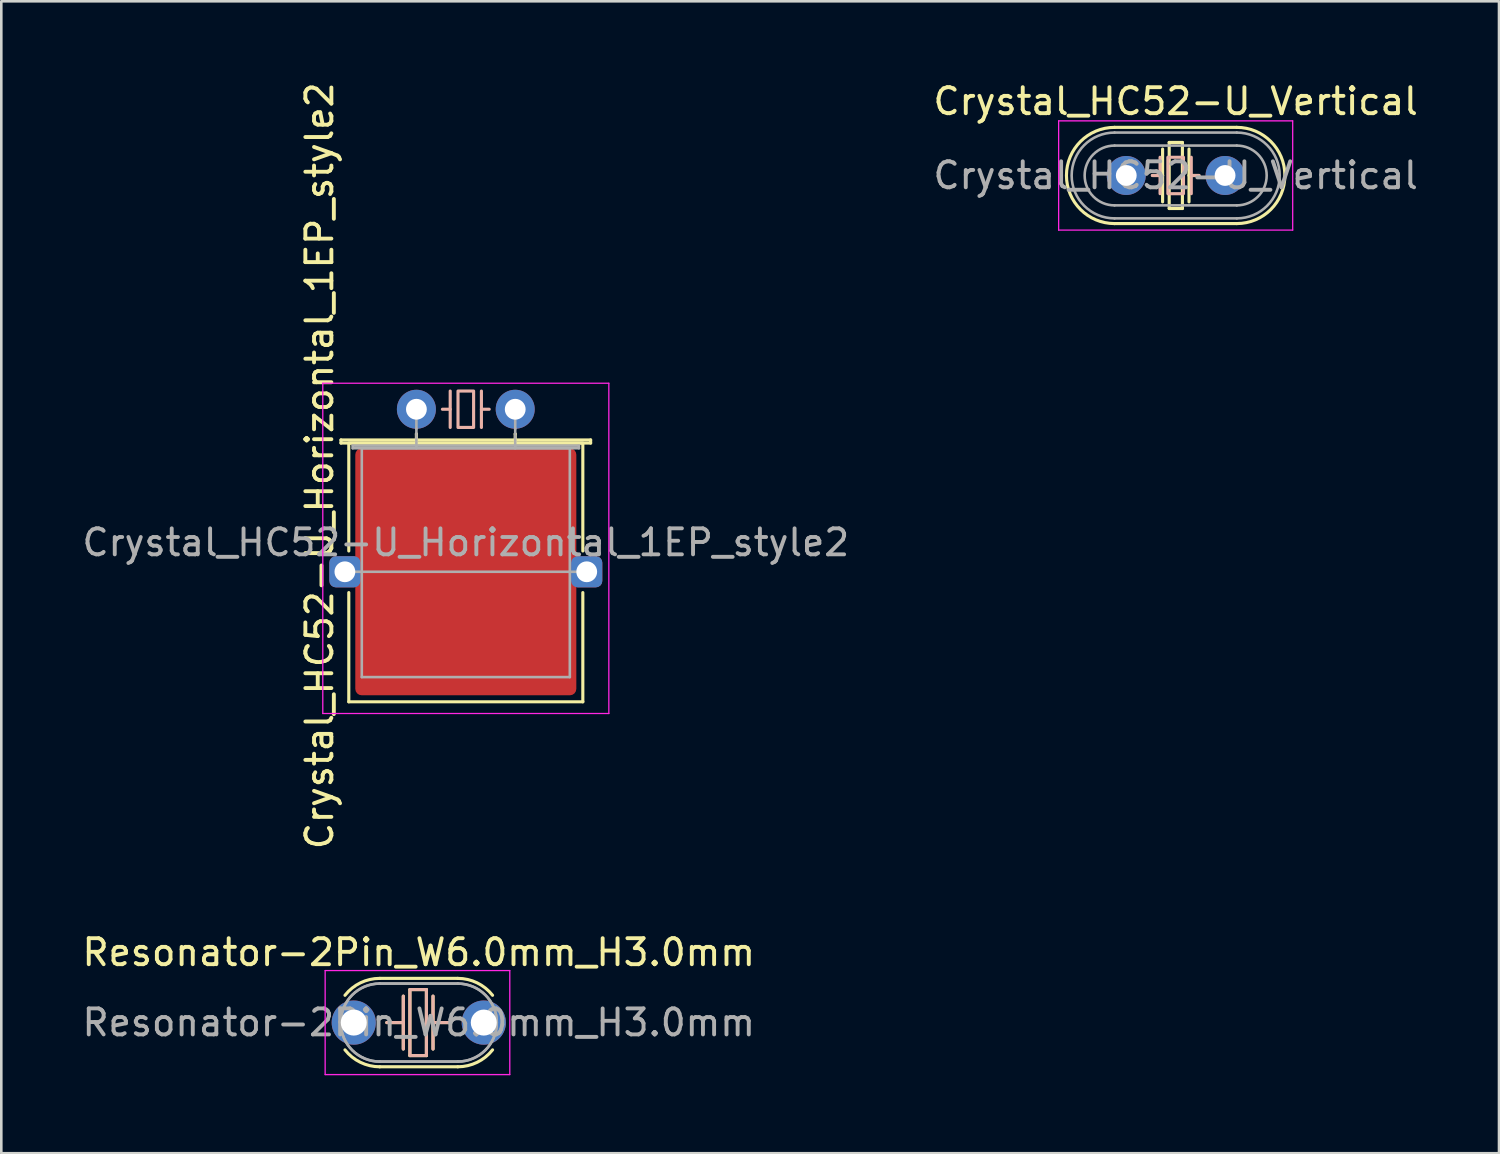
<source format=kicad_pcb>
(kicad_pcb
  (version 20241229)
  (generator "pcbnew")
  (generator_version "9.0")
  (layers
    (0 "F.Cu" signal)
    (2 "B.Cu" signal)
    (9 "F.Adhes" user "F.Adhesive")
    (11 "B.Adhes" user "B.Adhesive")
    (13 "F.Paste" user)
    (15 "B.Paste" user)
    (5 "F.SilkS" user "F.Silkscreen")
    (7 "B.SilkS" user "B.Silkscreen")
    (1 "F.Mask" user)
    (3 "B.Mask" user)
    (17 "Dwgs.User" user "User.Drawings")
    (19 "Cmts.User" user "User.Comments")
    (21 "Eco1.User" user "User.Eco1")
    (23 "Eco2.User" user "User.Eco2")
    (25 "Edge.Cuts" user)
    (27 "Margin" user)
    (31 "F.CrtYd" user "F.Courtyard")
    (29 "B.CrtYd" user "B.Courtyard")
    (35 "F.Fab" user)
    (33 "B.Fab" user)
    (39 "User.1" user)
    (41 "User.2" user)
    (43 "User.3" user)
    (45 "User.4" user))
  (footprint "Resonator-2Pin_W6.0mm_H3.0mm"
    (layer "F.Cu")
    (at 10.554 36.274)
    (property "Reference" "Resonator-2Pin_W6.0mm_H3.0mm" (at 2.5 -2.7 0) (layer "F.SilkS") (effects (font (size 1 1) (thickness 0.15))))
    (attr through_hole)
    (fp_line (start 1 -1.7) (end 4 -1.7) (stroke (width 0.12) (type solid)) (layer "F.SilkS"))
    (fp_line (start 1 1.7) (end 4 1.7) (stroke (width 0.12) (type solid)) (layer "F.SilkS"))
    (fp_line (start 1.27 0) (end 1.905 0) (stroke (width 0.12) (type solid)) (layer "F.SilkS"))
    (fp_line (start 1.905 0) (end 1.905 -1.016) (stroke (width 0.12) (type solid)) (layer "F.SilkS"))
    (fp_line (start 1.905 0) (end 1.905 1.016) (stroke (width 0.12) (type solid)) (layer "F.SilkS"))
    (fp_line (start 2.159 -1.27) (end 2.159 1.27) (stroke (width 0.12) (type solid)) (layer "F.SilkS"))
    (fp_line (start 2.159 1.27) (end 2.794 1.27) (stroke (width 0.12) (type solid)) (layer "F.SilkS"))
    (fp_line (start 2.794 -1.27) (end 2.159 -1.27) (stroke (width 0.12) (type solid)) (layer "F.SilkS"))
    (fp_line (start 2.794 1.27) (end 2.794 -1.27) (stroke (width 0.12) (type solid)) (layer "F.SilkS"))
    (fp_line (start 3.048 0) (end 3.048 -1.016) (stroke (width 0.12) (type solid)) (layer "F.SilkS"))
    (fp_line (start 3.048 0) (end 3.048 1.016) (stroke (width 0.12) (type solid)) (layer "F.SilkS"))
    (fp_line (start 3.683 0) (end 3.048 0) (stroke (width 0.12) (type solid)) (layer "F.SilkS"))
    (fp_arc (start -0.33779 -1.048961) (mid 0.256102 -1.5286) (end 1 -1.7) (stroke (width 0.12) (type solid)) (layer "F.SilkS"))
    (fp_arc (start 1 1.7) (mid 0.256103 1.5286) (end -0.33779 1.048961) (stroke (width 0.12) (type solid)) (layer "F.SilkS"))
    (fp_arc (start 4 -1.7) (mid 4.743897 -1.5286) (end 5.33779 -1.048961) (stroke (width 0.12) (type solid)) (layer "F.SilkS"))
    (fp_arc (start 5.33779 1.048961) (mid 4.743898 1.5286) (end 4 1.7) (stroke (width 0.12) (type solid)) (layer "F.SilkS"))
    (fp_line (start 1.27 0) (end 1.905 0) (stroke (width 0.12) (type solid)) (layer "B.SilkS"))
    (fp_line (start 1.905 0) (end 1.905 -1.016) (stroke (width 0.12) (type solid)) (layer "B.SilkS"))
    (fp_line (start 1.905 0) (end 1.905 1.016) (stroke (width 0.12) (type solid)) (layer "B.SilkS"))
    (fp_line (start 3.048 1.016) (end 3.048 -1.016) (stroke (width 0.12) (type solid)) (layer "B.SilkS"))
    (fp_line (start 3.683 0) (end 3.048 0) (stroke (width 0.12) (type solid)) (layer "B.SilkS"))
    (fp_rect (start 2.159 -1.27) (end 2.794 1.27) (stroke (width 0.12) (type solid)) (fill no) (layer "B.SilkS"))
    (fp_line (start -1.1 -2) (end -1.1 2) (stroke (width 0.05) (type solid)) (layer "F.CrtYd"))
    (fp_line (start -1.1 2) (end 6 2) (stroke (width 0.05) (type solid)) (layer "F.CrtYd"))
    (fp_line (start 6 -2) (end -1.1 -2) (stroke (width 0.05) (type solid)) (layer "F.CrtYd"))
    (fp_line (start 6 2) (end 6 -2) (stroke (width 0.05) (type solid)) (layer "F.CrtYd"))
    (fp_line (start 1 -1.5) (end 4 -1.5) (stroke (width 0.1) (type solid)) (layer "F.Fab"))
    (fp_line (start 1 -1.5) (end 4 -1.5) (stroke (width 0.1) (type solid)) (layer "F.Fab"))
    (fp_line (start 1 1.5) (end 4 1.5) (stroke (width 0.1) (type solid)) (layer "F.Fab"))
    (fp_line (start 1 1.5) (end 4 1.5) (stroke (width 0.1) (type solid)) (layer "F.Fab"))
    (fp_arc (start 1 1.5) (mid -0.5 0) (end 1 -1.5) (stroke (width 0.1) (type solid)) (layer "F.Fab"))
    (fp_arc (start 1 1.5) (mid -0.5 0) (end 1 -1.5) (stroke (width 0.1) (type solid)) (layer "F.Fab"))
    (fp_arc (start 4 -1.5) (mid 5.5 0) (end 4 1.5) (stroke (width 0.1) (type solid)) (layer "F.Fab"))
    (fp_arc (start 4 -1.5) (mid 5.5 0) (end 4 1.5) (stroke (width 0.1) (type solid)) (layer "F.Fab"))
    (fp_text user "${REFERENCE}" (at 2.5 0 0) (layer "F.Fab") (effects (font (size 1 1) (thickness 0.15))))
    (pad "1" thru_hole circle (at 0 0) (size 1.7 1.7) (drill 1) (layers "*.Cu" "*.Mask"))
    (pad "2" thru_hole circle (at 5 0) (size 1.7 1.7) (drill 1) (layers "*.Cu" "*.Mask")))
  (footprint "Crystal_HC52-U_Horizontal_1EP_style2"
    (layer "F.Cu")
    (at 12.963 12.688)
    (property "Reference" "Crystal_HC52-U_Horizontal_1EP_style2" (at -3.725 2.175 90) (layer "F.SilkS") (effects (font (size 1 1) (thickness 0.15))))
    (attr through_hole)
    (fp_line (start -2.9 1.18) (end 6.7 1.18) (stroke (width 0.12) (type solid)) (layer "F.SilkS"))
    (fp_line (start -2.9 1.3) (end -2.9 1.18) (stroke (width 0.12) (type solid)) (layer "F.SilkS"))
    (fp_line (start -2.6 5.45) (end -2.6 1.3) (stroke (width 0.12) (type solid)) (layer "F.SilkS"))
    (fp_line (start -2.6 7.05) (end -2.6 11.25) (stroke (width 0.12) (type solid)) (layer "F.SilkS"))
    (fp_line (start -2.6 11.25) (end 6.4 11.25) (stroke (width 0.12) (type solid)) (layer "F.SilkS"))
    (fp_line (start -2.55 1.3) (end 6.35 1.3) (stroke (width 0.12) (type solid)) (layer "F.SilkS"))
    (fp_line (start 0 0.95) (end 0 0.95) (stroke (width 0.12) (type solid)) (layer "F.SilkS"))
    (fp_line (start 0 1.3) (end 0 0.95) (stroke (width 0.12) (type solid)) (layer "F.SilkS"))
    (fp_line (start 3.8 0.95) (end 3.8 0.95) (stroke (width 0.12) (type solid)) (layer "F.SilkS"))
    (fp_line (start 3.8 1.3) (end 3.8 0.95) (stroke (width 0.12) (type solid)) (layer "F.SilkS"))
    (fp_line (start 6.4 1.3) (end 6.4 5.45) (stroke (width 0.12) (type solid)) (layer "F.SilkS"))
    (fp_line (start 6.4 11.25) (end 6.4 7.05) (stroke (width 0.12) (type solid)) (layer "F.SilkS"))
    (fp_line (start 6.7 1.18) (end 6.7 1.3) (stroke (width 0.12) (type solid)) (layer "F.SilkS"))
    (fp_line (start 6.7 1.3) (end -2.9 1.3) (stroke (width 0.12) (type solid)) (layer "F.SilkS"))
    (fp_line (start 1.3 -0.7) (end 1.3 0.7) (stroke (width 0.12) (type solid)) (layer "B.SilkS"))
    (fp_line (start 1.3 0) (end 1 0) (stroke (width 0.12) (type solid)) (layer "B.SilkS"))
    (fp_line (start 2.5 -0.7) (end 2.5 0.7) (stroke (width 0.12) (type solid)) (layer "B.SilkS"))
    (fp_line (start 2.5 0) (end 2.8 0) (stroke (width 0.12) (type solid)) (layer "B.SilkS"))
    (fp_rect (start 1.6 -0.7) (end 2.2 0.7) (stroke (width 0.12) (type solid)) (fill no) (layer "B.SilkS"))
    (fp_line (start -3.6 -1) (end -3.6 11.7) (stroke (width 0.05) (type solid)) (layer "F.CrtYd"))
    (fp_line (start -3.6 11.7) (end 7.4 11.7) (stroke (width 0.05) (type solid)) (layer "F.CrtYd"))
    (fp_line (start 7.4 -1) (end -3.6 -1) (stroke (width 0.05) (type solid)) (layer "F.CrtYd"))
    (fp_line (start 7.4 11.7) (end 7.4 -1) (stroke (width 0.05) (type solid)) (layer "F.CrtYd"))
    (fp_line (start -2.75 6.25) (end 6.55 6.25) (stroke (width 0.1) (type solid)) (layer "F.Fab"))
    (fp_line (start -2.45 1.4) (end 6.25 1.4) (stroke (width 0.1) (type solid)) (layer "F.Fab"))
    (fp_line (start -2.45 1.5) (end -2.45 1.4) (stroke (width 0.1) (type solid)) (layer "F.Fab"))
    (fp_line (start -2.1 1.5) (end -2.1 10.3) (stroke (width 0.1) (type solid)) (layer "F.Fab"))
    (fp_line (start -2.1 10.3) (end 5.9 10.3) (stroke (width 0.1) (type solid)) (layer "F.Fab"))
    (fp_line (start 0 0.75) (end 0 0) (stroke (width 0.1) (type solid)) (layer "F.Fab"))
    (fp_line (start 0 1.5) (end 0 0.75) (stroke (width 0.1) (type solid)) (layer "F.Fab"))
    (fp_line (start 3.8 0.75) (end 3.8 0) (stroke (width 0.1) (type solid)) (layer "F.Fab"))
    (fp_line (start 3.8 1.5) (end 3.8 0.75) (stroke (width 0.1) (type solid)) (layer "F.Fab"))
    (fp_line (start 5.9 1.5) (end -2.1 1.5) (stroke (width 0.1) (type solid)) (layer "F.Fab"))
    (fp_line (start 5.9 10.3) (end 5.9 1.5) (stroke (width 0.1) (type solid)) (layer "F.Fab"))
    (fp_line (start 6.25 1.4) (end 6.25 1.5) (stroke (width 0.1) (type solid)) (layer "F.Fab"))
    (fp_line (start 6.25 1.5) (end -2.45 1.5) (stroke (width 0.1) (type solid)) (layer "F.Fab"))
    (fp_text user "${REFERENCE}" (at 1.9 5.125 0) (layer "F.Fab") (effects (font (size 1 1) (thickness 0.15))))
    (pad "1" thru_hole circle (at 0 0) (size 1.5 1.5) (drill 0.8) (layers "*.Cu" "*.Mask"))
    (pad "2" thru_hole circle (at 3.8 0) (size 1.5 1.5) (drill 0.8) (layers "*.Cu" "*.Mask"))
    (pad "3" thru_hole roundrect (at -2.75 6.25) (size 1.2 1.2) (drill 0.8) (layers "*.Cu" "*.Mask") (roundrect_rratio 0.208))
    (pad "3" smd roundrect (at 1.9 6.25) (size 8.5 9.5) (layers "F.Cu" "F.Mask" "F.Paste") (roundrect_rratio 0.029))
    (pad "3" thru_hole roundrect (at 6.55 6.25) (size 1.2 1.2) (drill 0.8) (layers "*.Cu" "*.Mask") (roundrect_rratio 0.208)))
  (footprint "Crystal_HC52-U_Vertical"
    (layer "F.Cu")
    (at 40.261 3.698)
    (property "Reference" "Crystal_HC52-U_Vertical" (at 1.9 -2.85 0) (layer "F.SilkS") (effects (font (size 1 1) (thickness 0.15))))
    (attr through_hole)
    (fp_line (start -0.45 -1.85) (end 4.25 -1.85) (stroke (width 0.12) (type solid)) (layer "F.SilkS"))
    (fp_line (start -0.45 1.85) (end 4.25 1.85) (stroke (width 0.12) (type solid)) (layer "F.SilkS"))
    (fp_line (start 1.016 0) (end 1.397 0) (stroke (width 0.12) (type solid)) (layer "F.SilkS"))
    (fp_line (start 1.397 0) (end 1.397 -1.016) (stroke (width 0.12) (type solid)) (layer "F.SilkS"))
    (fp_line (start 1.397 0) (end 1.397 1.016) (stroke (width 0.12) (type solid)) (layer "F.SilkS"))
    (fp_line (start 1.651 -1.27) (end 1.651 1.27) (stroke (width 0.12) (type solid)) (layer "F.SilkS"))
    (fp_line (start 1.651 1.27) (end 2.159 1.27) (stroke (width 0.12) (type solid)) (layer "F.SilkS"))
    (fp_line (start 2.159 -1.27) (end 1.651 -1.27) (stroke (width 0.12) (type solid)) (layer "F.SilkS"))
    (fp_line (start 2.159 1.27) (end 2.159 -1.27) (stroke (width 0.12) (type solid)) (layer "F.SilkS"))
    (fp_line (start 2.413 -1.016) (end 2.413 1.016) (stroke (width 0.12) (type solid)) (layer "F.SilkS"))
    (fp_line (start 2.413 0) (end 2.794 0) (stroke (width 0.12) (type solid)) (layer "F.SilkS"))
    (fp_arc (start -0.45 1.85) (mid -2.3 0) (end -0.45 -1.85) (stroke (width 0.12) (type solid)) (layer "F.SilkS"))
    (fp_arc (start 4.25 -1.85) (mid 6.1 0) (end 4.25 1.85) (stroke (width 0.12) (type solid)) (layer "F.SilkS"))
    (fp_line (start 1.3 -0.7) (end 1.3 0.7) (stroke (width 0.12) (type solid)) (layer "B.SilkS"))
    (fp_line (start 1.3 0) (end 1 0) (stroke (width 0.12) (type solid)) (layer "B.SilkS"))
    (fp_line (start 2.5 -0.7) (end 2.5 0.7) (stroke (width 0.12) (type solid)) (layer "B.SilkS"))
    (fp_line (start 2.5 0) (end 2.8 0) (stroke (width 0.12) (type solid)) (layer "B.SilkS"))
    (fp_rect (start 1.6 -0.7) (end 2.2 0.7) (stroke (width 0.12) (type solid)) (fill no) (layer "B.SilkS"))
    (fp_line (start -2.6 -2.1) (end -2.6 2.1) (stroke (width 0.05) (type solid)) (layer "F.CrtYd"))
    (fp_line (start -2.6 2.1) (end 6.4 2.1) (stroke (width 0.05) (type solid)) (layer "F.CrtYd"))
    (fp_line (start 6.4 -2.1) (end -2.6 -2.1) (stroke (width 0.05) (type solid)) (layer "F.CrtYd"))
    (fp_line (start 6.4 2.1) (end 6.4 -2.1) (stroke (width 0.05) (type solid)) (layer "F.CrtYd"))
    (fp_line (start -0.45 -1.65) (end 4.25 -1.65) (stroke (width 0.1) (type solid)) (layer "F.Fab"))
    (fp_line (start -0.45 -1.15) (end 4.25 -1.15) (stroke (width 0.1) (type solid)) (layer "F.Fab"))
    (fp_line (start -0.45 1.15) (end 4.25 1.15) (stroke (width 0.1) (type solid)) (layer "F.Fab"))
    (fp_line (start -0.45 1.65) (end 4.25 1.65) (stroke (width 0.1) (type solid)) (layer "F.Fab"))
    (fp_arc (start -0.45 1.15) (mid -1.6 0) (end -0.45 -1.15) (stroke (width 0.1) (type solid)) (layer "F.Fab"))
    (fp_arc (start -0.45 1.65) (mid -2.1 0) (end -0.45 -1.65) (stroke (width 0.1) (type solid)) (layer "F.Fab"))
    (fp_arc (start 4.25 -1.65) (mid 5.9 0) (end 4.25 1.65) (stroke (width 0.1) (type solid)) (layer "F.Fab"))
    (fp_arc (start 4.25 -1.15) (mid 5.4 0) (end 4.25 1.15) (stroke (width 0.1) (type solid)) (layer "F.Fab"))
    (fp_text user "${REFERENCE}" (at 1.9 0 0) (layer "F.Fab") (effects (font (size 1 1) (thickness 0.15))))
    (pad "1" thru_hole circle (at 0 0) (size 1.5 1.5) (drill 0.8) (layers "*.Cu" "*.Mask"))
    (pad "2" thru_hole circle (at 3.8 0) (size 1.5 1.5) (drill 0.8) (layers "*.Cu" "*.Mask")))
  (gr_rect
    (start -3 -3)
    (end 54.595 41.299)
    (stroke (width 0.1) (type default))
    (fill no)
    (layer "Edge.Cuts")))
</source>
